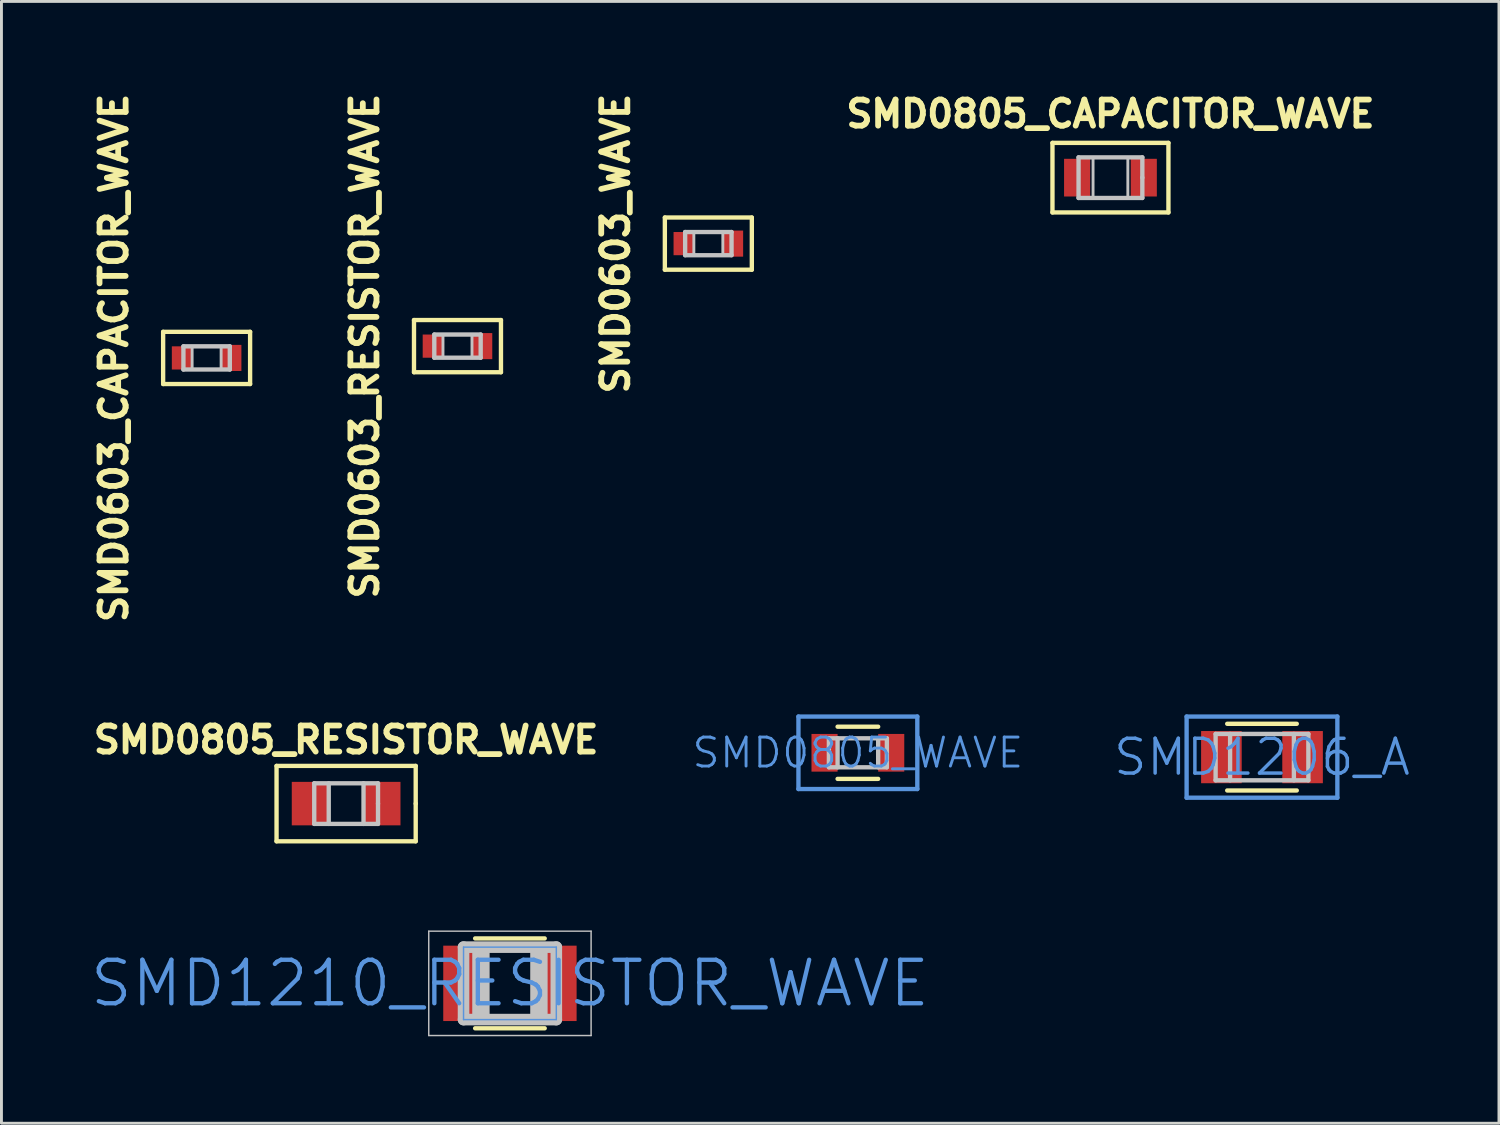
<source format=kicad_pcb>
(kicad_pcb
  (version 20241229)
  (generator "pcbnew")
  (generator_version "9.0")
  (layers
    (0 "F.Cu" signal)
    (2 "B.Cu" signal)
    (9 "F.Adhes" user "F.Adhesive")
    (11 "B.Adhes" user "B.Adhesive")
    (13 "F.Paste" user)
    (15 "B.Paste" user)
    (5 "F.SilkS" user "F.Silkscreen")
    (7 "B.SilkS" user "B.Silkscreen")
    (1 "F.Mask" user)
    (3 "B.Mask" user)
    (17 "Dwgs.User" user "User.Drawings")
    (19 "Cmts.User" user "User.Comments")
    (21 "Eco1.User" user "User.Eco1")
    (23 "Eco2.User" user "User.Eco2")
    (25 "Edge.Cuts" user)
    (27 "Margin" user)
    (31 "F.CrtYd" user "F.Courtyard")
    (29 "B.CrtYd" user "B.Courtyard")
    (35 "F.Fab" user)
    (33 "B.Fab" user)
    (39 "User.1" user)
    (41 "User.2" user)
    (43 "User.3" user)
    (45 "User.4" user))
  (footprint "SMD0603_RESISTOR_WAVE"
    (layer "F.Cu")
    (at 12.73 8.889)
    (property "Reference" "SMD0603_RESISTOR_WAVE" (at -3.2 0 90) (layer "F.SilkS") (effects (font (size 0.9 0.9) (thickness 0.2))))
    (attr through_hole)
    (fp_line (start -1.5 -0.9) (end -1.5 0.9) (stroke (width 0.15) (type solid)) (layer "F.SilkS"))
    (fp_line (start -1.5 0.9) (end 1.5 0.9) (stroke (width 0.15) (type solid)) (layer "F.SilkS"))
    (fp_line (start 1.5 -0.9) (end -1.5 -0.9) (stroke (width 0.15) (type solid)) (layer "F.SilkS"))
    (fp_line (start 1.5 0.9) (end 1.5 -0.9) (stroke (width 0.15) (type solid)) (layer "F.SilkS"))
    (fp_line (start -0.8 -0.4) (end -0.8 0.4) (stroke (width 0.15) (type solid)) (layer "Dwgs.User"))
    (fp_line (start -0.8 0.4) (end 0.8 0.4) (stroke (width 0.15) (type solid)) (layer "Dwgs.User"))
    (fp_line (start -0.5 -0.4) (end -0.5 0.4) (stroke (width 0.1) (type solid)) (layer "Dwgs.User"))
    (fp_line (start 0.5 -0.4) (end 0.5 0.4) (stroke (width 0.1) (type solid)) (layer "Dwgs.User"))
    (fp_line (start 0.8 -0.4) (end -0.8 -0.4) (stroke (width 0.15) (type solid)) (layer "Dwgs.User"))
    (fp_line (start 0.8 0.4) (end 0.8 -0.4) (stroke (width 0.15) (type solid)) (layer "Dwgs.User"))
    (pad "1" smd rect (at -0.85 0) (size 0.7 0.8) (layers "F.Cu" "F.Mask" "F.Paste"))
    (pad "2" smd rect (at 0.85 0) (size 0.7 0.9) (layers "F.Cu" "F.Mask" "F.Paste")))
  (footprint "SMD1210_RESISTOR_WAVE"
    (layer "F.Cu")
    (at 14.539 30.869)
    (property "Reference" "SMD1210_RESISTOR_WAVE" (at 0 0 0) (layer "Cmts.User") (effects (font (size 1.5 1.5) (thickness 0.15))))
    (attr through_hole)
    (fp_line (start -1.2 -1.55) (end 1.2 -1.55) (stroke (width 0.15) (type solid)) (layer "F.SilkS"))
    (fp_line (start -1.2 1.55) (end 1.2 1.55) (stroke (width 0.15) (type solid)) (layer "F.SilkS"))
    (fp_line (start -2.8 -1.8) (end 2.8 -1.8) (stroke (width 0.05) (type solid)) (layer "Dwgs.User"))
    (fp_line (start -2.8 1.8) (end -2.8 -1.8) (stroke (width 0.05) (type solid)) (layer "Dwgs.User"))
    (fp_line (start -1.6 -1.25) (end 1.6 -1.25) (stroke (width 0.4) (type solid)) (layer "Dwgs.User"))
    (fp_line (start -1.6 1.25) (end -1.6 -1.25) (stroke (width 0.4) (type solid)) (layer "Dwgs.User"))
    (fp_line (start -1 -1.05) (end -1 1.05) (stroke (width 0.6) (type solid)) (layer "Dwgs.User"))
    (fp_line (start 1 1.05) (end 1 -1.05) (stroke (width 0.6) (type solid)) (layer "Dwgs.User"))
    (fp_line (start 1.6 -1.25) (end 1.6 1.25) (stroke (width 0.4) (type solid)) (layer "Dwgs.User"))
    (fp_line (start 1.6 1.25) (end -1.6 1.25) (stroke (width 0.4) (type solid)) (layer "Dwgs.User"))
    (fp_line (start 2.8 -1.8) (end 2.8 1.8) (stroke (width 0.05) (type solid)) (layer "Dwgs.User"))
    (fp_line (start 2.8 1.8) (end -2.8 1.8) (stroke (width 0.05) (type solid)) (layer "Dwgs.User"))
    (fp_line (start -1.6 -1.25) (end 1.6 -1.25) (stroke (width 0.05) (type solid)) (layer "Cmts.User"))
    (fp_line (start -1.6 1.25) (end -1.6 -1.25) (stroke (width 0.05) (type solid)) (layer "Cmts.User"))
    (fp_line (start 1.6 -1.25) (end 1.6 1.25) (stroke (width 0.05) (type solid)) (layer "Cmts.User"))
    (fp_line (start 1.6 1.25) (end -1.6 1.25) (stroke (width 0.05) (type solid)) (layer "Cmts.User"))
    (pad "1" smd rect (at -1.55 0) (size 1.5 2.6) (layers "F.Cu" "F.Mask" "F.Paste"))
    (pad "2" smd rect (at 1.55 0) (size 1.5 2.6) (layers "F.Cu" "F.Mask" "F.Paste")))
  (footprint "SMD1206_A"
    (layer "F.Cu")
    (at 40.48 23.066)
    (property "Reference" "SMD1206_A" (at 0 0 0) (layer "Cmts.User") (effects (font (size 1.2 1.2) (thickness 0.12))))
    (attr through_hole)
    (fp_line (start -1.2 1.15) (end 1.2 1.15) (stroke (width 0.15) (type solid)) (layer "F.SilkS"))
    (fp_line (start 1.2 -1.15) (end -1.2 -1.15) (stroke (width 0.15) (type solid)) (layer "F.SilkS"))
    (fp_line (start -2.6 -1.4) (end -2.6 1.4) (stroke (width 0.05) (type solid)) (layer "Dwgs.User"))
    (fp_line (start -2.6 1.4) (end 2.6 1.4) (stroke (width 0.05) (type solid)) (layer "Dwgs.User"))
    (fp_line (start -1.6 -0.8) (end 1.6 -0.8) (stroke (width 0.15) (type solid)) (layer "Dwgs.User"))
    (fp_line (start -1.6 0.8) (end -1.6 -0.8) (stroke (width 0.15) (type solid)) (layer "Dwgs.User"))
    (fp_line (start -1.1 -0.8) (end -1.1 0.8) (stroke (width 0.15) (type solid)) (layer "Dwgs.User"))
    (fp_line (start 1.1 0.8) (end 1.1 -0.8) (stroke (width 0.15) (type solid)) (layer "Dwgs.User"))
    (fp_line (start 1.6 -0.8) (end 1.6 0.8) (stroke (width 0.15) (type solid)) (layer "Dwgs.User"))
    (fp_line (start 1.6 0.8) (end -1.6 0.8) (stroke (width 0.15) (type solid)) (layer "Dwgs.User"))
    (fp_line (start 2.6 -1.4) (end -2.6 -1.4) (stroke (width 0.05) (type solid)) (layer "Dwgs.User"))
    (fp_line (start 2.6 1.4) (end 2.6 -1.4) (stroke (width 0.05) (type solid)) (layer "Dwgs.User"))
    (fp_line (start -2.6 -1.4) (end -2.6 1.4) (stroke (width 0.15) (type solid)) (layer "Cmts.User"))
    (fp_line (start -2.6 1.4) (end 2.6 1.4) (stroke (width 0.15) (type solid)) (layer "Cmts.User"))
    (fp_line (start 2.6 -1.4) (end -2.6 -1.4) (stroke (width 0.15) (type solid)) (layer "Cmts.User"))
    (fp_line (start 2.6 1.4) (end 2.6 -1.4) (stroke (width 0.15) (type solid)) (layer "Cmts.User"))
    (pad "1" smd rect (at -1.4 0) (size 1.4 1.8) (layers "F.Cu" "F.Mask" "F.Paste"))
    (pad "2" smd rect (at 1.4 0) (size 1.4 1.8) (layers "F.Cu" "F.Mask" "F.Paste")))
  (footprint "SMD0603_WAVE"
    (layer "F.Cu")
    (at 21.383 5.353)
    (property "Reference" "SMD0603_WAVE" (at -3.2 0 90) (layer "F.SilkS") (effects (font (size 0.9 0.9) (thickness 0.2))))
    (attr through_hole)
    (fp_line (start -1.5 -0.9) (end -1.5 0.9) (stroke (width 0.15) (type solid)) (layer "F.SilkS"))
    (fp_line (start -1.5 0.9) (end 1.5 0.9) (stroke (width 0.15) (type solid)) (layer "F.SilkS"))
    (fp_line (start 1.5 -0.9) (end -1.5 -0.9) (stroke (width 0.15) (type solid)) (layer "F.SilkS"))
    (fp_line (start 1.5 0.9) (end 1.5 -0.9) (stroke (width 0.15) (type solid)) (layer "F.SilkS"))
    (fp_line (start -0.8 -0.4) (end -0.8 0.4) (stroke (width 0.15) (type solid)) (layer "Dwgs.User"))
    (fp_line (start -0.8 0.4) (end 0.8 0.4) (stroke (width 0.15) (type solid)) (layer "Dwgs.User"))
    (fp_line (start -0.5 -0.4) (end -0.5 0.4) (stroke (width 0.1) (type solid)) (layer "Dwgs.User"))
    (fp_line (start 0.5 -0.4) (end 0.5 0.4) (stroke (width 0.1) (type solid)) (layer "Dwgs.User"))
    (fp_line (start 0.8 -0.4) (end -0.8 -0.4) (stroke (width 0.15) (type solid)) (layer "Dwgs.User"))
    (fp_line (start 0.8 0.4) (end 0.8 -0.4) (stroke (width 0.15) (type solid)) (layer "Dwgs.User"))
    (pad "1" smd rect (at -0.85 0) (size 0.7 0.8) (layers "F.Cu" "F.Mask" "F.Paste"))
    (pad "2" smd rect (at 0.85 0) (size 0.7 0.9) (layers "F.Cu" "F.Mask" "F.Paste")))
  (footprint "SMD0603_CAPACITOR_WAVE"
    (layer "F.Cu")
    (at 4.077 9.296)
    (property "Reference" "SMD0603_CAPACITOR_WAVE" (at -3.2 0 90) (layer "F.SilkS") (effects (font (size 0.9 0.9) (thickness 0.2))))
    (attr through_hole)
    (fp_line (start -1.5 -0.9) (end -1.5 0.9) (stroke (width 0.15) (type solid)) (layer "F.SilkS"))
    (fp_line (start -1.5 0.9) (end 1.5 0.9) (stroke (width 0.15) (type solid)) (layer "F.SilkS"))
    (fp_line (start 1.5 -0.9) (end -1.5 -0.9) (stroke (width 0.15) (type solid)) (layer "F.SilkS"))
    (fp_line (start 1.5 0.9) (end 1.5 -0.9) (stroke (width 0.15) (type solid)) (layer "F.SilkS"))
    (fp_line (start -0.8 -0.4) (end -0.8 0.4) (stroke (width 0.15) (type solid)) (layer "Dwgs.User"))
    (fp_line (start -0.8 0.4) (end 0.8 0.4) (stroke (width 0.15) (type solid)) (layer "Dwgs.User"))
    (fp_line (start -0.5 -0.4) (end -0.5 0.4) (stroke (width 0.1) (type solid)) (layer "Dwgs.User"))
    (fp_line (start 0.5 -0.4) (end 0.5 0.4) (stroke (width 0.1) (type solid)) (layer "Dwgs.User"))
    (fp_line (start 0.8 -0.4) (end -0.8 -0.4) (stroke (width 0.15) (type solid)) (layer "Dwgs.User"))
    (fp_line (start 0.8 0.4) (end 0.8 -0.4) (stroke (width 0.15) (type solid)) (layer "Dwgs.User"))
    (pad "1" smd rect (at -0.85 0) (size 0.7 0.8) (layers "F.Cu" "F.Mask" "F.Paste"))
    (pad "2" smd rect (at 0.85 0) (size 0.7 0.9) (layers "F.Cu" "F.Mask" "F.Paste")))
  (footprint "SMD0805_CAPACITOR_WAVE"
    (layer "F.Cu")
    (at 35.253 3.078)
    (property "Reference" "SMD0805_CAPACITOR_WAVE" (at 0 -2.2 0) (layer "F.SilkS") (effects (font (size 0.9 0.9) (thickness 0.2))))
    (attr through_hole)
    (fp_line (start -2 -1.2) (end -2 1.2) (stroke (width 0.15) (type solid)) (layer "F.SilkS"))
    (fp_line (start -2 1.2) (end 2 1.2) (stroke (width 0.15) (type solid)) (layer "F.SilkS"))
    (fp_line (start 2 -1.2) (end -2 -1.2) (stroke (width 0.15) (type solid)) (layer "F.SilkS"))
    (fp_line (start 2 1.2) (end 2 -1.2) (stroke (width 0.15) (type solid)) (layer "F.SilkS"))
    (fp_line (start -1.1 -0.7) (end -1.1 0.7) (stroke (width 0.15) (type solid)) (layer "Dwgs.User"))
    (fp_line (start -1.1 0.7) (end 1.1 0.7) (stroke (width 0.15) (type solid)) (layer "Dwgs.User"))
    (fp_line (start -0.6 0.7) (end -0.6 -0.7) (stroke (width 0.1) (type solid)) (layer "Dwgs.User"))
    (fp_line (start 0.6 0.7) (end 0.6 -0.7) (stroke (width 0.1) (type solid)) (layer "Dwgs.User"))
    (fp_line (start 1.1 -0.7) (end -1.1 -0.7) (stroke (width 0.15) (type solid)) (layer "Dwgs.User"))
    (fp_line (start 1.1 0) (end 1.1 -0.7) (stroke (width 0.15) (type solid)) (layer "Dwgs.User"))
    (fp_line (start 1.1 0.7) (end 1.1 0) (stroke (width 0.15) (type solid)) (layer "Dwgs.User"))
    (pad "1" smd rect (at -1.15 0) (size 0.9 1.3) (layers "F.Cu" "F.Mask" "F.Paste"))
    (pad "2" smd rect (at 1.15 0) (size 0.9 1.3) (layers "F.Cu" "F.Mask" "F.Paste")))
  (footprint "SMD0805_WAVE"
    (layer "F.Cu")
    (at 26.541 22.916)
    (property "Reference" "SMD0805_WAVE" (at 0 0 0) (layer "Cmts.User") (effects (font (size 1 1) (thickness 0.1))))
    (attr through_hole)
    (fp_line (start 0.7 -0.9) (end -0.7 -0.9) (stroke (width 0.15) (type solid)) (layer "F.SilkS"))
    (fp_line (start 0.7 0.9) (end -0.7 0.9) (stroke (width 0.15) (type solid)) (layer "F.SilkS"))
    (fp_line (start -2.05 -1.25) (end -2.05 1.25) (stroke (width 0.05) (type solid)) (layer "Dwgs.User"))
    (fp_line (start -2.05 1.25) (end 2.05 1.25) (stroke (width 0.05) (type solid)) (layer "Dwgs.User"))
    (fp_line (start -1 -0.5) (end 1 -0.5) (stroke (width 0.15) (type solid)) (layer "Dwgs.User"))
    (fp_line (start -1 0.5) (end -1 -0.5) (stroke (width 0.15) (type solid)) (layer "Dwgs.User"))
    (fp_line (start -0.7 -0.5) (end -0.7 0.5) (stroke (width 0.15) (type solid)) (layer "Dwgs.User"))
    (fp_line (start 0.7 0.5) (end 0.7 -0.5) (stroke (width 0.15) (type solid)) (layer "Dwgs.User"))
    (fp_line (start 1 -0.5) (end 1 0.5) (stroke (width 0.15) (type solid)) (layer "Dwgs.User"))
    (fp_line (start 1 0.5) (end -1 0.5) (stroke (width 0.15) (type solid)) (layer "Dwgs.User"))
    (fp_line (start 2.05 -1.25) (end -2.05 -1.25) (stroke (width 0.05) (type solid)) (layer "Dwgs.User"))
    (fp_line (start 2.05 1.25) (end 2.05 -1.25) (stroke (width 0.05) (type solid)) (layer "Dwgs.User"))
    (fp_line (start -2.05 -1.25) (end -2.05 1.25) (stroke (width 0.15) (type solid)) (layer "Cmts.User"))
    (fp_line (start -2.05 1.25) (end 2.05 1.25) (stroke (width 0.15) (type solid)) (layer "Cmts.User"))
    (fp_line (start 2.05 -1.25) (end -2.05 -1.25) (stroke (width 0.15) (type solid)) (layer "Cmts.User"))
    (fp_line (start 2.05 1.25) (end 2.05 -1.25) (stroke (width 0.15) (type solid)) (layer "Cmts.User"))
    (pad "1" smd rect (at -1.15 0) (size 0.9 1.3) (layers "F.Cu" "F.Mask" "F.Paste"))
    (pad "2" smd rect (at 1.15 0) (size 0.9 1.3) (layers "F.Cu" "F.Mask" "F.Paste")))
  (footprint "SMD0805_RESISTOR_WAVE"
    (layer "F.Cu")
    (at 8.889 24.669)
    (property "Reference" "SMD0805_RESISTOR_WAVE" (at 0 -2.2 180) (layer "F.SilkS") (effects (font (size 0.9 0.9) (thickness 0.2))))
    (attr through_hole)
    (fp_line (start -2.4 -1.3) (end -2.4 1.3) (stroke (width 0.15) (type solid)) (layer "F.SilkS"))
    (fp_line (start -2.4 1.3) (end 2.4 1.3) (stroke (width 0.15) (type solid)) (layer "F.SilkS"))
    (fp_line (start 2.4 -1.3) (end -2.4 -1.3) (stroke (width 0.15) (type solid)) (layer "F.SilkS"))
    (fp_line (start 2.4 0) (end 2.4 -1.3) (stroke (width 0.15) (type solid)) (layer "F.SilkS"))
    (fp_line (start 2.4 1.3) (end 2.4 0) (stroke (width 0.15) (type solid)) (layer "F.SilkS"))
    (fp_line (start -1.1 -0.7) (end -1.1 0.7) (stroke (width 0.15) (type solid)) (layer "Dwgs.User"))
    (fp_line (start -1.1 0.7) (end 1.1 0.7) (stroke (width 0.15) (type solid)) (layer "Dwgs.User"))
    (fp_line (start -0.6 0.7) (end -0.6 -0.7) (stroke (width 0.15) (type solid)) (layer "Dwgs.User"))
    (fp_line (start 0.6 0.7) (end 0.6 -0.7) (stroke (width 0.15) (type solid)) (layer "Dwgs.User"))
    (fp_line (start 1.1 -0.7) (end -1.1 -0.7) (stroke (width 0.15) (type solid)) (layer "Dwgs.User"))
    (fp_line (start 1.1 0) (end 1.1 -0.7) (stroke (width 0.15) (type solid)) (layer "Dwgs.User"))
    (fp_line (start 1.1 0.7) (end 1.1 0) (stroke (width 0.15) (type solid)) (layer "Dwgs.User"))
    (pad "1" smd rect (at -1.25 0) (size 1.25 1.5) (layers "F.Cu" "F.Mask" "F.Paste"))
    (pad "2" smd rect (at 1.25 0) (size 1.25 1.5) (layers "F.Cu" "F.Mask" "F.Paste")))
  (gr_rect
    (start -3 -3)
    (end 48.654 35.694)
    (stroke (width 0.1) (type default))
    (fill no)
    (layer "Edge.Cuts")))
</source>
